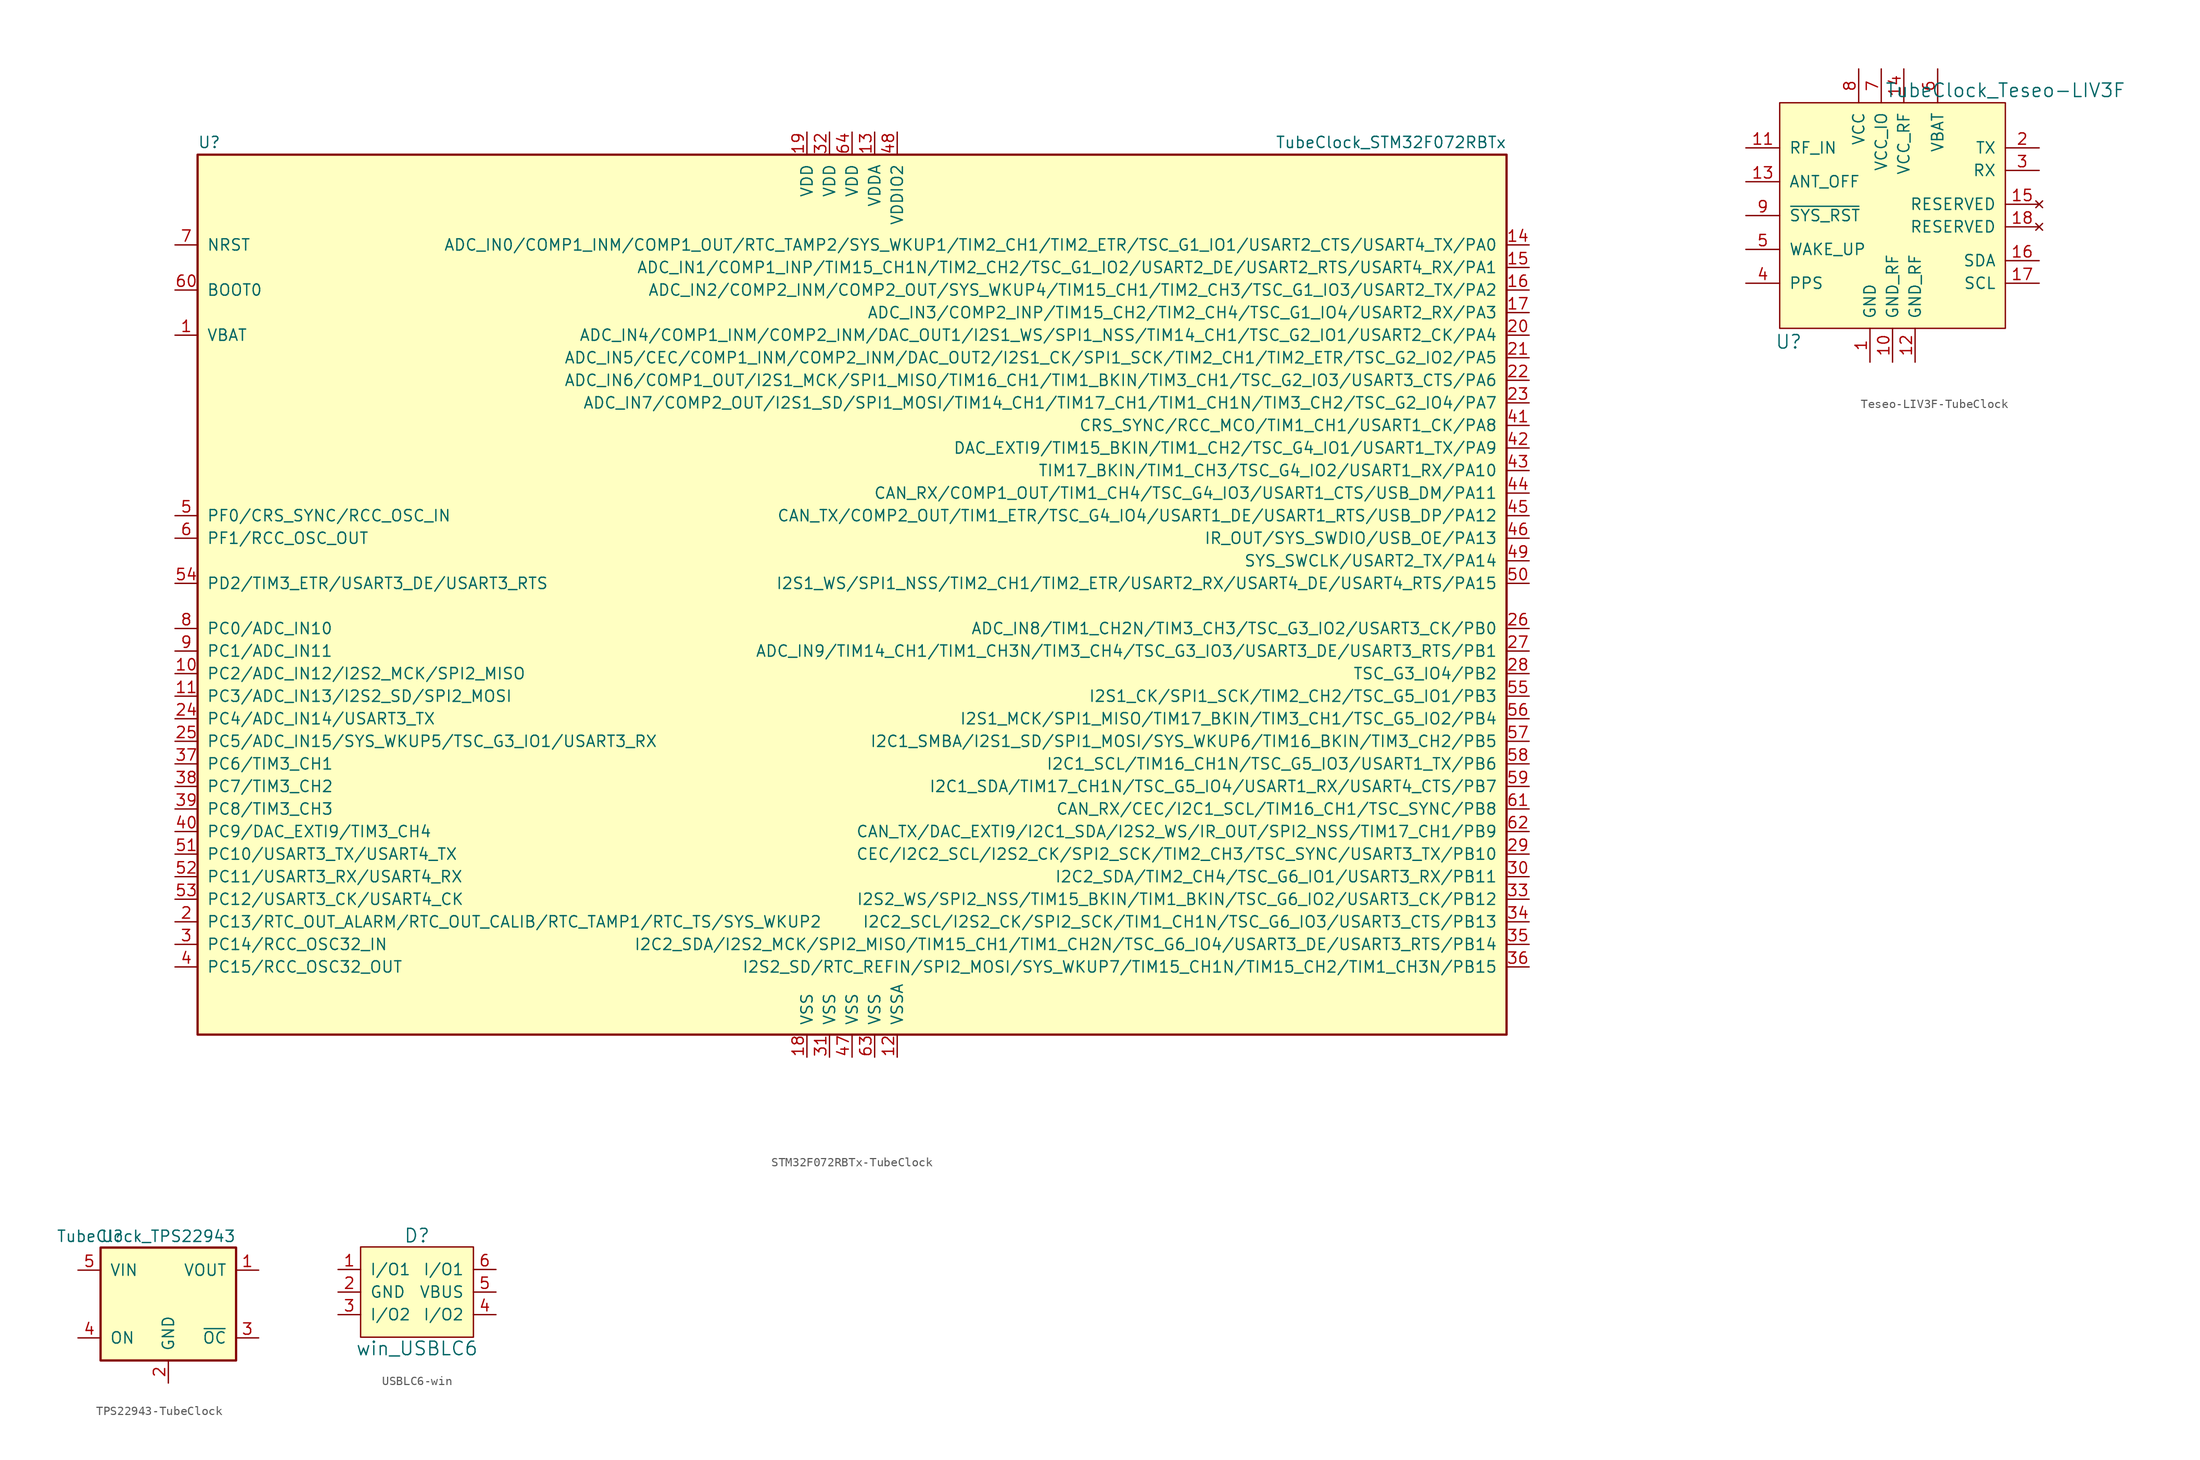
<source format=kicad_sym>
(kicad_symbol_lib
  (version 20231120)
  (generator "kicad_symbol_editor")
  (generator_version "8.0")
  (symbol "STM32F072RBTx-TubeClock"
    (pin_names
      (offset 1.016))
    (property "Reference" "U"
      (at -73.66 51.435 0)
      (effects (font (size 1.27 1.27)) (justify left bottom)))
    (property "Value" "TubeClock_STM32F072RBTx"
      (at 73.66 51.435 0)
      (effects (font (size 1.27 1.27)) (justify right bottom)))
    (property "ki_locked" ""
      (at 0 0 0)
      (effects (font (size 1.27 1.27))))
    (symbol "STM32F072RBTx-TubeClock_0_1"
      (rectangle (start -73.66 -48.26) (end 73.66 50.8) (stroke (width 0.254) (type solid)) (fill (type background))))
    (symbol "STM32F072RBTx-TubeClock_1_1"
      (pin power_in line (at -76.2 30.48 0) (length 2.54) (name "VBAT" (effects (font (size 1.27 1.27)))) (number "1" (effects (font (size 1.27 1.27)))))
      (pin bidirectional line (at -76.2 -7.62 0) (length 2.54) (name "PC2/ADC_IN12/I2S2_MCK/SPI2_MISO" (effects (font (size 1.27 1.27)))) (number "10" (effects (font (size 1.27 1.27)))))
      (pin bidirectional line (at -76.2 -10.16 0) (length 2.54) (name "PC3/ADC_IN13/I2S2_SD/SPI2_MOSI" (effects (font (size 1.27 1.27)))) (number "11" (effects (font (size 1.27 1.27)))))
      (pin power_in line (at 5.08 -50.8 90) (length 2.54) (name "VSSA" (effects (font (size 1.27 1.27)))) (number "12" (effects (font (size 1.27 1.27)))))
      (pin power_in line (at 2.54 53.34 270) (length 2.54) (name "VDDA" (effects (font (size 1.27 1.27)))) (number "13" (effects (font (size 1.27 1.27)))))
      (pin bidirectional line (at 76.2 40.64 180) (length 2.54) (name "ADC_IN0/COMP1_INM/COMP1_OUT/RTC_TAMP2/SYS_WKUP1/TIM2_CH1/TIM2_ETR/TSC_G1_IO1/USART2_CTS/USART4_TX/PA0" (effects (font (size 1.27 1.27)))) (number "14" (effects (font (size 1.27 1.27)))))
      (pin bidirectional line (at 76.2 38.1 180) (length 2.54) (name "ADC_IN1/COMP1_INP/TIM15_CH1N/TIM2_CH2/TSC_G1_IO2/USART2_DE/USART2_RTS/USART4_RX/PA1" (effects (font (size 1.27 1.27)))) (number "15" (effects (font (size 1.27 1.27)))))
      (pin bidirectional line (at 76.2 35.56 180) (length 2.54) (name "ADC_IN2/COMP2_INM/COMP2_OUT/SYS_WKUP4/TIM15_CH1/TIM2_CH3/TSC_G1_IO3/USART2_TX/PA2" (effects (font (size 1.27 1.27)))) (number "16" (effects (font (size 1.27 1.27)))))
      (pin bidirectional line (at 76.2 33.02 180) (length 2.54) (name "ADC_IN3/COMP2_INP/TIM15_CH2/TIM2_CH4/TSC_G1_IO4/USART2_RX/PA3" (effects (font (size 1.27 1.27)))) (number "17" (effects (font (size 1.27 1.27)))))
      (pin power_in line (at -5.08 -50.8 90) (length 2.54) (name "VSS" (effects (font (size 1.27 1.27)))) (number "18" (effects (font (size 1.27 1.27)))))
      (pin power_in line (at -5.08 53.34 270) (length 2.54) (name "VDD" (effects (font (size 1.27 1.27)))) (number "19" (effects (font (size 1.27 1.27)))))
      (pin bidirectional line (at -76.2 -35.56 0) (length 2.54) (name "PC13/RTC_OUT_ALARM/RTC_OUT_CALIB/RTC_TAMP1/RTC_TS/SYS_WKUP2" (effects (font (size 1.27 1.27)))) (number "2" (effects (font (size 1.27 1.27)))))
      (pin bidirectional line (at 76.2 30.48 180) (length 2.54) (name "ADC_IN4/COMP1_INM/COMP2_INM/DAC_OUT1/I2S1_WS/SPI1_NSS/TIM14_CH1/TSC_G2_IO1/USART2_CK/PA4" (effects (font (size 1.27 1.27)))) (number "20" (effects (font (size 1.27 1.27)))))
      (pin bidirectional line (at 76.2 27.94 180) (length 2.54) (name "ADC_IN5/CEC/COMP1_INM/COMP2_INM/DAC_OUT2/I2S1_CK/SPI1_SCK/TIM2_CH1/TIM2_ETR/TSC_G2_IO2/PA5" (effects (font (size 1.27 1.27)))) (number "21" (effects (font (size 1.27 1.27)))))
      (pin bidirectional line (at 76.2 25.4 180) (length 2.54) (name "ADC_IN6/COMP1_OUT/I2S1_MCK/SPI1_MISO/TIM16_CH1/TIM1_BKIN/TIM3_CH1/TSC_G2_IO3/USART3_CTS/PA6" (effects (font (size 1.27 1.27)))) (number "22" (effects (font (size 1.27 1.27)))))
      (pin bidirectional line (at 76.2 22.86 180) (length 2.54) (name "ADC_IN7/COMP2_OUT/I2S1_SD/SPI1_MOSI/TIM14_CH1/TIM17_CH1/TIM1_CH1N/TIM3_CH2/TSC_G2_IO4/PA7" (effects (font (size 1.27 1.27)))) (number "23" (effects (font (size 1.27 1.27)))))
      (pin bidirectional line (at -76.2 -12.7 0) (length 2.54) (name "PC4/ADC_IN14/USART3_TX" (effects (font (size 1.27 1.27)))) (number "24" (effects (font (size 1.27 1.27)))))
      (pin bidirectional line (at -76.2 -15.24 0) (length 2.54) (name "PC5/ADC_IN15/SYS_WKUP5/TSC_G3_IO1/USART3_RX" (effects (font (size 1.27 1.27)))) (number "25" (effects (font (size 1.27 1.27)))))
      (pin bidirectional line (at 76.2 -2.54 180) (length 2.54) (name "ADC_IN8/TIM1_CH2N/TIM3_CH3/TSC_G3_IO2/USART3_CK/PB0" (effects (font (size 1.27 1.27)))) (number "26" (effects (font (size 1.27 1.27)))))
      (pin bidirectional line (at 76.2 -5.08 180) (length 2.54) (name "ADC_IN9/TIM14_CH1/TIM1_CH3N/TIM3_CH4/TSC_G3_IO3/USART3_DE/USART3_RTS/PB1" (effects (font (size 1.27 1.27)))) (number "27" (effects (font (size 1.27 1.27)))))
      (pin bidirectional line (at 76.2 -7.62 180) (length 2.54) (name "TSC_G3_IO4/PB2" (effects (font (size 1.27 1.27)))) (number "28" (effects (font (size 1.27 1.27)))))
      (pin bidirectional line (at 76.2 -27.94 180) (length 2.54) (name "CEC/I2C2_SCL/I2S2_CK/SPI2_SCK/TIM2_CH3/TSC_SYNC/USART3_TX/PB10" (effects (font (size 1.27 1.27)))) (number "29" (effects (font (size 1.27 1.27)))))
      (pin bidirectional line (at -76.2 -38.1 0) (length 2.54) (name "PC14/RCC_OSC32_IN" (effects (font (size 1.27 1.27)))) (number "3" (effects (font (size 1.27 1.27)))))
      (pin bidirectional line (at 76.2 -30.48 180) (length 2.54) (name "I2C2_SDA/TIM2_CH4/TSC_G6_IO1/USART3_RX/PB11" (effects (font (size 1.27 1.27)))) (number "30" (effects (font (size 1.27 1.27)))))
      (pin power_in line (at -2.54 -50.8 90) (length 2.54) (name "VSS" (effects (font (size 1.27 1.27)))) (number "31" (effects (font (size 1.27 1.27)))))
      (pin power_in line (at -2.54 53.34 270) (length 2.54) (name "VDD" (effects (font (size 1.27 1.27)))) (number "32" (effects (font (size 1.27 1.27)))))
      (pin bidirectional line (at 76.2 -33.02 180) (length 2.54) (name "I2S2_WS/SPI2_NSS/TIM15_BKIN/TIM1_BKIN/TSC_G6_IO2/USART3_CK/PB12" (effects (font (size 1.27 1.27)))) (number "33" (effects (font (size 1.27 1.27)))))
      (pin bidirectional line (at 76.2 -35.56 180) (length 2.54) (name "I2C2_SCL/I2S2_CK/SPI2_SCK/TIM1_CH1N/TSC_G6_IO3/USART3_CTS/PB13" (effects (font (size 1.27 1.27)))) (number "34" (effects (font (size 1.27 1.27)))))
      (pin bidirectional line (at 76.2 -38.1 180) (length 2.54) (name "I2C2_SDA/I2S2_MCK/SPI2_MISO/TIM15_CH1/TIM1_CH2N/TSC_G6_IO4/USART3_DE/USART3_RTS/PB14" (effects (font (size 1.27 1.27)))) (number "35" (effects (font (size 1.27 1.27)))))
      (pin bidirectional line (at 76.2 -40.64 180) (length 2.54) (name "I2S2_SD/RTC_REFIN/SPI2_MOSI/SYS_WKUP7/TIM15_CH1N/TIM15_CH2/TIM1_CH3N/PB15" (effects (font (size 1.27 1.27)))) (number "36" (effects (font (size 1.27 1.27)))))
      (pin bidirectional line (at -76.2 -17.78 0) (length 2.54) (name "PC6/TIM3_CH1" (effects (font (size 1.27 1.27)))) (number "37" (effects (font (size 1.27 1.27)))))
      (pin bidirectional line (at -76.2 -20.32 0) (length 2.54) (name "PC7/TIM3_CH2" (effects (font (size 1.27 1.27)))) (number "38" (effects (font (size 1.27 1.27)))))
      (pin bidirectional line (at -76.2 -22.86 0) (length 2.54) (name "PC8/TIM3_CH3" (effects (font (size 1.27 1.27)))) (number "39" (effects (font (size 1.27 1.27)))))
      (pin bidirectional line (at -76.2 -40.64 0) (length 2.54) (name "PC15/RCC_OSC32_OUT" (effects (font (size 1.27 1.27)))) (number "4" (effects (font (size 1.27 1.27)))))
      (pin bidirectional line (at -76.2 -25.4 0) (length 2.54) (name "PC9/DAC_EXTI9/TIM3_CH4" (effects (font (size 1.27 1.27)))) (number "40" (effects (font (size 1.27 1.27)))))
      (pin bidirectional line (at 76.2 20.32 180) (length 2.54) (name "CRS_SYNC/RCC_MCO/TIM1_CH1/USART1_CK/PA8" (effects (font (size 1.27 1.27)))) (number "41" (effects (font (size 1.27 1.27)))))
      (pin bidirectional line (at 76.2 17.78 180) (length 2.54) (name "DAC_EXTI9/TIM15_BKIN/TIM1_CH2/TSC_G4_IO1/USART1_TX/PA9" (effects (font (size 1.27 1.27)))) (number "42" (effects (font (size 1.27 1.27)))))
      (pin bidirectional line (at 76.2 15.24 180) (length 2.54) (name "TIM17_BKIN/TIM1_CH3/TSC_G4_IO2/USART1_RX/PA10" (effects (font (size 1.27 1.27)))) (number "43" (effects (font (size 1.27 1.27)))))
      (pin bidirectional line (at 76.2 12.7 180) (length 2.54) (name "CAN_RX/COMP1_OUT/TIM1_CH4/TSC_G4_IO3/USART1_CTS/USB_DM/PA11" (effects (font (size 1.27 1.27)))) (number "44" (effects (font (size 1.27 1.27)))))
      (pin bidirectional line (at 76.2 10.16 180) (length 2.54) (name "CAN_TX/COMP2_OUT/TIM1_ETR/TSC_G4_IO4/USART1_DE/USART1_RTS/USB_DP/PA12" (effects (font (size 1.27 1.27)))) (number "45" (effects (font (size 1.27 1.27)))))
      (pin bidirectional line (at 76.2 7.62 180) (length 2.54) (name "IR_OUT/SYS_SWDIO/USB_OE/PA13" (effects (font (size 1.27 1.27)))) (number "46" (effects (font (size 1.27 1.27)))))
      (pin power_in line (at 0 -50.8 90) (length 2.54) (name "VSS" (effects (font (size 1.27 1.27)))) (number "47" (effects (font (size 1.27 1.27)))))
      (pin power_in line (at 5.08 53.34 270) (length 2.54) (name "VDDIO2" (effects (font (size 1.27 1.27)))) (number "48" (effects (font (size 1.27 1.27)))))
      (pin bidirectional line (at 76.2 5.08 180) (length 2.54) (name "SYS_SWCLK/USART2_TX/PA14" (effects (font (size 1.27 1.27)))) (number "49" (effects (font (size 1.27 1.27)))))
      (pin input line (at -76.2 10.16 0) (length 2.54) (name "PF0/CRS_SYNC/RCC_OSC_IN" (effects (font (size 1.27 1.27)))) (number "5" (effects (font (size 1.27 1.27)))))
      (pin bidirectional line (at 76.2 2.54 180) (length 2.54) (name "I2S1_WS/SPI1_NSS/TIM2_CH1/TIM2_ETR/USART2_RX/USART4_DE/USART4_RTS/PA15" (effects (font (size 1.27 1.27)))) (number "50" (effects (font (size 1.27 1.27)))))
      (pin bidirectional line (at -76.2 -27.94 0) (length 2.54) (name "PC10/USART3_TX/USART4_TX" (effects (font (size 1.27 1.27)))) (number "51" (effects (font (size 1.27 1.27)))))
      (pin bidirectional line (at -76.2 -30.48 0) (length 2.54) (name "PC11/USART3_RX/USART4_RX" (effects (font (size 1.27 1.27)))) (number "52" (effects (font (size 1.27 1.27)))))
      (pin bidirectional line (at -76.2 -33.02 0) (length 2.54) (name "PC12/USART3_CK/USART4_CK" (effects (font (size 1.27 1.27)))) (number "53" (effects (font (size 1.27 1.27)))))
      (pin bidirectional line (at -76.2 2.54 0) (length 2.54) (name "PD2/TIM3_ETR/USART3_DE/USART3_RTS" (effects (font (size 1.27 1.27)))) (number "54" (effects (font (size 1.27 1.27)))))
      (pin bidirectional line (at 76.2 -10.16 180) (length 2.54) (name "I2S1_CK/SPI1_SCK/TIM2_CH2/TSC_G5_IO1/PB3" (effects (font (size 1.27 1.27)))) (number "55" (effects (font (size 1.27 1.27)))))
      (pin bidirectional line (at 76.2 -12.7 180) (length 2.54) (name "I2S1_MCK/SPI1_MISO/TIM17_BKIN/TIM3_CH1/TSC_G5_IO2/PB4" (effects (font (size 1.27 1.27)))) (number "56" (effects (font (size 1.27 1.27)))))
      (pin bidirectional line (at 76.2 -15.24 180) (length 2.54) (name "I2C1_SMBA/I2S1_SD/SPI1_MOSI/SYS_WKUP6/TIM16_BKIN/TIM3_CH2/PB5" (effects (font (size 1.27 1.27)))) (number "57" (effects (font (size 1.27 1.27)))))
      (pin bidirectional line (at 76.2 -17.78 180) (length 2.54) (name "I2C1_SCL/TIM16_CH1N/TSC_G5_IO3/USART1_TX/PB6" (effects (font (size 1.27 1.27)))) (number "58" (effects (font (size 1.27 1.27)))))
      (pin bidirectional line (at 76.2 -20.32 180) (length 2.54) (name "I2C1_SDA/TIM17_CH1N/TSC_G5_IO4/USART1_RX/USART4_CTS/PB7" (effects (font (size 1.27 1.27)))) (number "59" (effects (font (size 1.27 1.27)))))
      (pin input line (at -76.2 7.62 0) (length 2.54) (name "PF1/RCC_OSC_OUT" (effects (font (size 1.27 1.27)))) (number "6" (effects (font (size 1.27 1.27)))))
      (pin input line (at -76.2 35.56 0) (length 2.54) (name "BOOT0" (effects (font (size 1.27 1.27)))) (number "60" (effects (font (size 1.27 1.27)))))
      (pin bidirectional line (at 76.2 -22.86 180) (length 2.54) (name "CAN_RX/CEC/I2C1_SCL/TIM16_CH1/TSC_SYNC/PB8" (effects (font (size 1.27 1.27)))) (number "61" (effects (font (size 1.27 1.27)))))
      (pin bidirectional line (at 76.2 -25.4 180) (length 2.54) (name "CAN_TX/DAC_EXTI9/I2C1_SDA/I2S2_WS/IR_OUT/SPI2_NSS/TIM17_CH1/PB9" (effects (font (size 1.27 1.27)))) (number "62" (effects (font (size 1.27 1.27)))))
      (pin power_in line (at 2.54 -50.8 90) (length 2.54) (name "VSS" (effects (font (size 1.27 1.27)))) (number "63" (effects (font (size 1.27 1.27)))))
      (pin power_in line (at 0 53.34 270) (length 2.54) (name "VDD" (effects (font (size 1.27 1.27)))) (number "64" (effects (font (size 1.27 1.27)))))
      (pin input line (at -76.2 40.64 0) (length 2.54) (name "NRST" (effects (font (size 1.27 1.27)))) (number "7" (effects (font (size 1.27 1.27)))))
      (pin bidirectional line (at -76.2 -2.54 0) (length 2.54) (name "PC0/ADC_IN10" (effects (font (size 1.27 1.27)))) (number "8" (effects (font (size 1.27 1.27)))))
      (pin bidirectional line (at -76.2 -5.08 0) (length 2.54) (name "PC1/ADC_IN11" (effects (font (size 1.27 1.27)))) (number "9" (effects (font (size 1.27 1.27)))))))
  (symbol "Teseo-LIV3F-TubeClock"
    (pin_names
      (offset 1.016))
    (property "Reference" "U"
      (at -11.684 -14.224 0)
      (effects (font (size 1.524 1.524))))
    (property "Value" "TubeClock_Teseo-LIV3F"
      (at 12.7 14.097 0)
      (effects (font (size 1.524 1.524))))
    (property "Footprint" ""
      (at 0 0 0)
      (effects (font (size 1.524 1.524))))
    (property "Datasheet" ""
      (at 0 0 0)
      (effects (font (size 1.524 1.524))))
    (symbol "Teseo-LIV3F-TubeClock_0_1"
      (rectangle (start -12.7 12.7) (end 12.7 -12.7) (stroke (width 0) (type solid)) (fill (type background))))
    (symbol "Teseo-LIV3F-TubeClock_1_1"
      (pin power_in line (at -2.54 -16.51 90) (length 3.81) (name "GND" (effects (font (size 1.27 1.27)))) (number "1" (effects (font (size 1.27 1.27)))))
      (pin power_in line (at 0 -16.51 90) (length 3.81) (name "GND_RF" (effects (font (size 1.27 1.27)))) (number "10" (effects (font (size 1.27 1.27)))))
      (pin input line (at -16.51 7.62 0) (length 3.81) (name "RF_IN" (effects (font (size 1.27 1.27)))) (number "11" (effects (font (size 1.27 1.27)))))
      (pin power_in line (at 2.54 -16.51 90) (length 3.81) (name "GND_RF" (effects (font (size 1.27 1.27)))) (number "12" (effects (font (size 1.27 1.27)))))
      (pin output line (at -16.51 3.81 0) (length 3.81) (name "ANT_OFF" (effects (font (size 1.27 1.27)))) (number "13" (effects (font (size 1.27 1.27)))))
      (pin power_in line (at 1.27 16.51 270) (length 3.81) (name "VCC_RF" (effects (font (size 1.27 1.27)))) (number "14" (effects (font (size 1.27 1.27)))))
      (pin no_connect line (at 16.51 1.27 180) (length 3.81) (name "RESERVED" (effects (font (size 1.27 1.27)))) (number "15" (effects (font (size 1.27 1.27)))))
      (pin bidirectional line (at 16.51 -5.08 180) (length 3.81) (name "SDA" (effects (font (size 1.27 1.27)))) (number "16" (effects (font (size 1.27 1.27)))))
      (pin bidirectional line (at 16.51 -7.62 180) (length 3.81) (name "SCL" (effects (font (size 1.27 1.27)))) (number "17" (effects (font (size 1.27 1.27)))))
      (pin no_connect line (at 16.51 -1.27 180) (length 3.81) (name "RESERVED" (effects (font (size 1.27 1.27)))) (number "18" (effects (font (size 1.27 1.27)))))
      (pin output line (at 16.51 7.62 180) (length 3.81) (name "TX" (effects (font (size 1.27 1.27)))) (number "2" (effects (font (size 1.27 1.27)))))
      (pin input line (at 16.51 5.08 180) (length 3.81) (name "RX" (effects (font (size 1.27 1.27)))) (number "3" (effects (font (size 1.27 1.27)))))
      (pin output line (at -16.51 -7.62 0) (length 3.81) (name "PPS" (effects (font (size 1.27 1.27)))) (number "4" (effects (font (size 1.27 1.27)))))
      (pin input line (at -16.51 -3.81 0) (length 3.81) (name "WAKE_UP" (effects (font (size 1.27 1.27)))) (number "5" (effects (font (size 1.27 1.27)))))
      (pin power_in line (at 5.08 16.51 270) (length 3.81) (name "VBAT" (effects (font (size 1.27 1.27)))) (number "6" (effects (font (size 1.27 1.27)))))
      (pin power_in line (at -1.27 16.51 270) (length 3.81) (name "VCC_IO" (effects (font (size 1.27 1.27)))) (number "7" (effects (font (size 1.27 1.27)))))
      (pin power_in line (at -3.81 16.51 270) (length 3.81) (name "VCC" (effects (font (size 1.27 1.27)))) (number "8" (effects (font (size 1.27 1.27)))))
      (pin input line (at -16.51 0 0) (length 3.81) (name "~{SYS_RST}" (effects (font (size 1.27 1.27)))) (number "9" (effects (font (size 1.27 1.27)))))))
  (symbol "TPS22943-TubeClock"
    (pin_names
      (offset 1.016))
    (property "Reference" "U"
      (at -7.62 8.89 0)
      (effects (font (size 1.27 1.27)) (justify left)))
    (property "Value" "TubeClock_TPS22943"
      (at 7.62 8.89 0)
      (effects (font (size 1.27 1.27)) (justify right)))
    (symbol "TPS22943-TubeClock_0_1"
      (rectangle (start -7.62 7.62) (end 7.62 -5.08) (stroke (width 0.254) (type solid)) (fill (type background))))
    (symbol "TPS22943-TubeClock_1_1"
      (pin power_out line (at 10.16 5.08 180) (length 2.54) (name "VOUT" (effects (font (size 1.27 1.27)))) (number "1" (effects (font (size 1.27 1.27)))))
      (pin power_in line (at 0 -7.62 90) (length 2.54) (name "GND" (effects (font (size 1.27 1.27)))) (number "2" (effects (font (size 1.27 1.27)))))
      (pin output line (at 10.16 -2.54 180) (length 2.54) (name "~{OC}" (effects (font (size 1.27 1.27)))) (number "3" (effects (font (size 1.27 1.27)))))
      (pin input line (at -10.16 -2.54 0) (length 2.54) (name "ON" (effects (font (size 1.27 1.27)))) (number "4" (effects (font (size 1.27 1.27)))))
      (pin power_in line (at -10.16 5.08 0) (length 2.54) (name "VIN" (effects (font (size 1.27 1.27)))) (number "5" (effects (font (size 1.27 1.27)))))))
  (symbol "USBLC6-win"
    (pin_names
      (offset 1.016))
    (property "Reference" "D"
      (at 0 6.35 0)
      (effects (font (size 1.524 1.524))))
    (property "Value" "win_USBLC6"
      (at 0 -6.35 0)
      (effects (font (size 1.524 1.524))))
    (symbol "USBLC6-win_0_1"
      (rectangle (start -6.35 -5.08) (end 6.35 5.08) (stroke (width 0) (type solid)) (fill (type background))))
    (symbol "USBLC6-win_1_1"
      (pin bidirectional line (at -8.89 2.54 0) (length 2.54) (name "I/O1" (effects (font (size 1.27 1.27)))) (number "1" (effects (font (size 1.27 1.27)))))
      (pin passive line (at -8.89 0 0) (length 2.54) (name "GND" (effects (font (size 1.27 1.27)))) (number "2" (effects (font (size 1.27 1.27)))))
      (pin bidirectional line (at -8.89 -2.54 0) (length 2.54) (name "I/O2" (effects (font (size 1.27 1.27)))) (number "3" (effects (font (size 1.27 1.27)))))
      (pin bidirectional line (at 8.89 -2.54 180) (length 2.54) (name "I/O2" (effects (font (size 1.27 1.27)))) (number "4" (effects (font (size 1.27 1.27)))))
      (pin passive line (at 8.89 0 180) (length 2.54) (name "VBUS" (effects (font (size 1.27 1.27)))) (number "5" (effects (font (size 1.27 1.27)))))
      (pin bidirectional line (at 8.89 2.54 180) (length 2.54) (name "I/O1" (effects (font (size 1.27 1.27)))) (number "6" (effects (font (size 1.27 1.27))))))))
</source>
